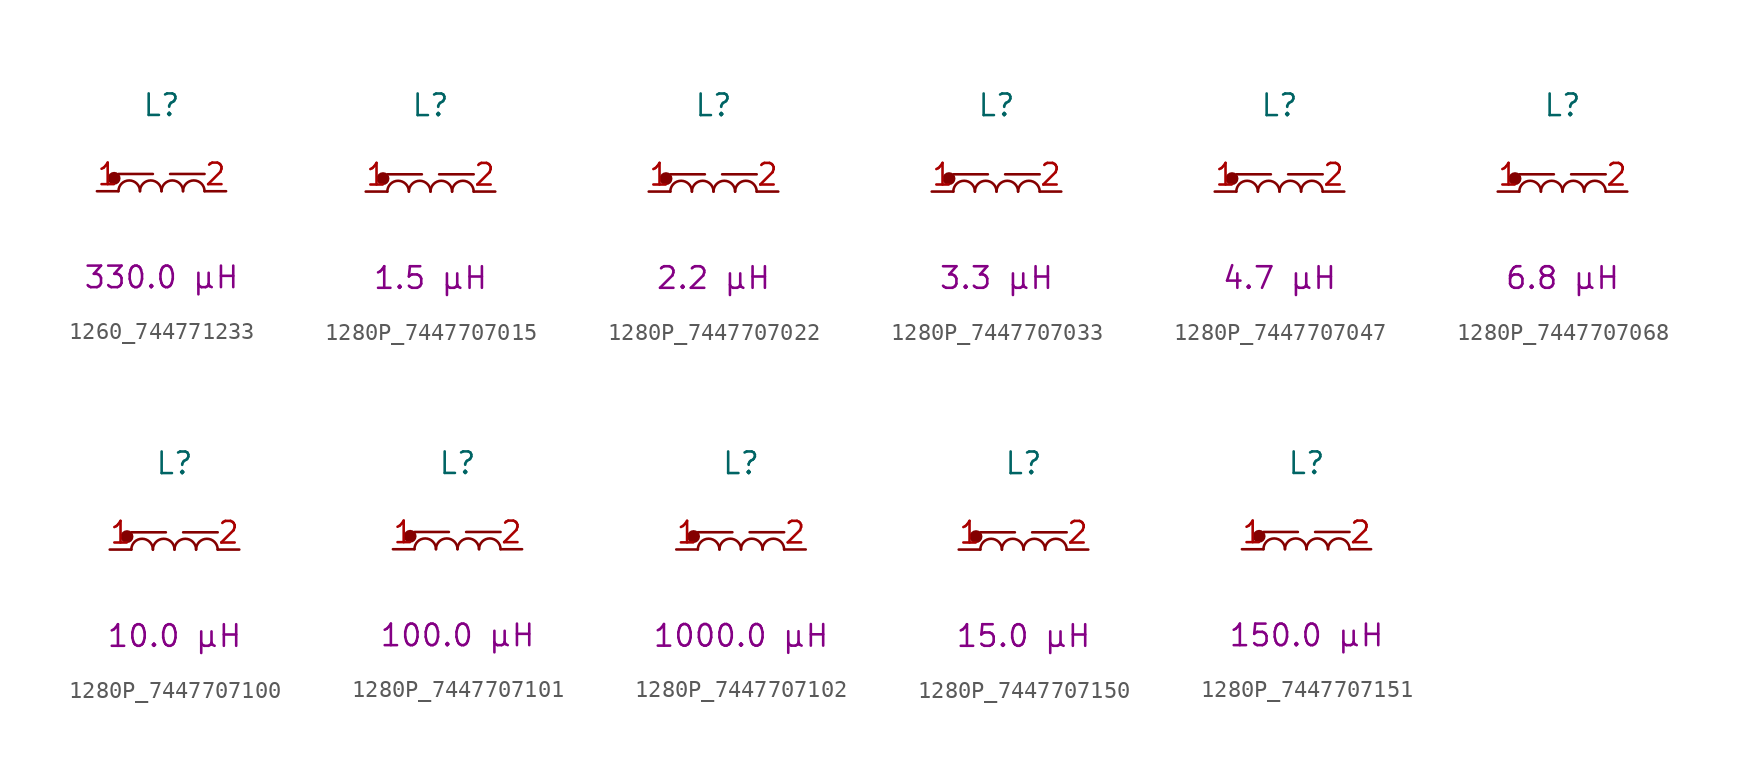
<source format=kicad_sym>
(kicad_symbol_lib
  (version 20220914)
  (generator kicad_symbol_editor)
  (symbol "1260_744771233"
    (pin_names hide)
    (property "Reference" "L"
      (at 0 5.08 0)
      (effects (font (size 1.27 1.27))))
    (property "Critical Parameter" "330.0 µH"
      (at 0 -5.08 0)
      (effects (font (size 1.27 1.27))))
    (symbol "1260_744771233_0_1"
      (arc (start -1.27 0) (mid -1.905 0.6323) (end -2.54 0) (stroke (width 0) (type default)) (fill (type none)))
      (arc (start 0 0) (mid -0.635 0.6323) (end -1.27 0) (stroke (width 0) (type default)) (fill (type none)))
      (polyline (pts (xy -2.54 1.016) (xy -0.508 1.016)) (stroke (width 0) (type default)) (fill (type none)))
      (arc (start 1.27 0) (mid 0.635 0.6323) (end 0 0) (stroke (width 0) (type default)) (fill (type none)))
      (arc (start 2.54 0) (mid 1.905 0.6323) (end 1.27 0) (stroke (width 0) (type default)) (fill (type none))))
    (symbol "1260_744771233_1_1"
      (circle (center -2.794 0.762) (radius 0.0001) (stroke (width 0.381) (type default)) (fill (type none)))
      (polyline (pts (xy 2.54 1.016) (xy 0.508 1.016)) (stroke (width 0) (type default)) (fill (type none)))
      (pin passive line (at -3.81 0 0) (length 1.27) (name "1" (effects (font (size 1.27 1.27)))) (number "1" (effects (font (size 1.27 1.27)))))
      (pin passive line (at 3.81 0 180) (length 1.27) (name "2" (effects (font (size 1.27 1.27)))) (number "2" (effects (font (size 1.27 1.27)))))))
  (symbol "1280P_7447707015"
    (pin_names hide)
    (property "Reference" "L"
      (at 0 5.08 0)
      (effects (font (size 1.27 1.27))))
    (property "Critical Parameter" "1.5 µH"
      (at 0 -5.08 0)
      (effects (font (size 1.27 1.27))))
    (symbol "1280P_7447707015_0_1"
      (arc (start -1.27 0) (mid -1.905 0.6323) (end -2.54 0) (stroke (width 0) (type default)) (fill (type none)))
      (arc (start 0 0) (mid -0.635 0.6323) (end -1.27 0) (stroke (width 0) (type default)) (fill (type none)))
      (polyline (pts (xy -2.54 1.016) (xy -0.508 1.016)) (stroke (width 0) (type default)) (fill (type none)))
      (arc (start 1.27 0) (mid 0.635 0.6323) (end 0 0) (stroke (width 0) (type default)) (fill (type none)))
      (arc (start 2.54 0) (mid 1.905 0.6323) (end 1.27 0) (stroke (width 0) (type default)) (fill (type none))))
    (symbol "1280P_7447707015_1_1"
      (circle (center -2.794 0.762) (radius 0.0001) (stroke (width 0.381) (type default)) (fill (type none)))
      (polyline (pts (xy 2.54 1.016) (xy 0.508 1.016)) (stroke (width 0) (type default)) (fill (type none)))
      (pin passive line (at -3.81 0 0) (length 1.27) (name "1" (effects (font (size 1.27 1.27)))) (number "1" (effects (font (size 1.27 1.27)))))
      (pin passive line (at 3.81 0 180) (length 1.27) (name "2" (effects (font (size 1.27 1.27)))) (number "2" (effects (font (size 1.27 1.27)))))))
  (symbol "1280P_7447707022"
    (pin_names hide)
    (property "Reference" "L"
      (at 0 5.08 0)
      (effects (font (size 1.27 1.27))))
    (property "Critical Parameter" "2.2 µH"
      (at 0 -5.08 0)
      (effects (font (size 1.27 1.27))))
    (symbol "1280P_7447707022_0_1"
      (arc (start -1.27 0) (mid -1.905 0.6323) (end -2.54 0) (stroke (width 0) (type default)) (fill (type none)))
      (arc (start 0 0) (mid -0.635 0.6323) (end -1.27 0) (stroke (width 0) (type default)) (fill (type none)))
      (polyline (pts (xy -2.54 1.016) (xy -0.508 1.016)) (stroke (width 0) (type default)) (fill (type none)))
      (arc (start 1.27 0) (mid 0.635 0.6323) (end 0 0) (stroke (width 0) (type default)) (fill (type none)))
      (arc (start 2.54 0) (mid 1.905 0.6323) (end 1.27 0) (stroke (width 0) (type default)) (fill (type none))))
    (symbol "1280P_7447707022_1_1"
      (circle (center -2.794 0.762) (radius 0.0001) (stroke (width 0.381) (type default)) (fill (type none)))
      (polyline (pts (xy 2.54 1.016) (xy 0.508 1.016)) (stroke (width 0) (type default)) (fill (type none)))
      (pin passive line (at -3.81 0 0) (length 1.27) (name "1" (effects (font (size 1.27 1.27)))) (number "1" (effects (font (size 1.27 1.27)))))
      (pin passive line (at 3.81 0 180) (length 1.27) (name "2" (effects (font (size 1.27 1.27)))) (number "2" (effects (font (size 1.27 1.27)))))))
  (symbol "1280P_7447707033"
    (pin_names hide)
    (property "Reference" "L"
      (at 0 5.08 0)
      (effects (font (size 1.27 1.27))))
    (property "Critical Parameter" "3.3 µH"
      (at 0 -5.08 0)
      (effects (font (size 1.27 1.27))))
    (symbol "1280P_7447707033_0_1"
      (arc (start -1.27 0) (mid -1.905 0.6323) (end -2.54 0) (stroke (width 0) (type default)) (fill (type none)))
      (arc (start 0 0) (mid -0.635 0.6323) (end -1.27 0) (stroke (width 0) (type default)) (fill (type none)))
      (polyline (pts (xy -2.54 1.016) (xy -0.508 1.016)) (stroke (width 0) (type default)) (fill (type none)))
      (arc (start 1.27 0) (mid 0.635 0.6323) (end 0 0) (stroke (width 0) (type default)) (fill (type none)))
      (arc (start 2.54 0) (mid 1.905 0.6323) (end 1.27 0) (stroke (width 0) (type default)) (fill (type none))))
    (symbol "1280P_7447707033_1_1"
      (circle (center -2.794 0.762) (radius 0.0001) (stroke (width 0.381) (type default)) (fill (type none)))
      (polyline (pts (xy 2.54 1.016) (xy 0.508 1.016)) (stroke (width 0) (type default)) (fill (type none)))
      (pin passive line (at -3.81 0 0) (length 1.27) (name "1" (effects (font (size 1.27 1.27)))) (number "1" (effects (font (size 1.27 1.27)))))
      (pin passive line (at 3.81 0 180) (length 1.27) (name "2" (effects (font (size 1.27 1.27)))) (number "2" (effects (font (size 1.27 1.27)))))))
  (symbol "1280P_7447707047"
    (pin_names hide)
    (property "Reference" "L"
      (at 0 5.08 0)
      (effects (font (size 1.27 1.27))))
    (property "Critical Parameter" "4.7 µH"
      (at 0 -5.08 0)
      (effects (font (size 1.27 1.27))))
    (symbol "1280P_7447707047_0_1"
      (arc (start -1.27 0) (mid -1.905 0.6323) (end -2.54 0) (stroke (width 0) (type default)) (fill (type none)))
      (arc (start 0 0) (mid -0.635 0.6323) (end -1.27 0) (stroke (width 0) (type default)) (fill (type none)))
      (polyline (pts (xy -2.54 1.016) (xy -0.508 1.016)) (stroke (width 0) (type default)) (fill (type none)))
      (arc (start 1.27 0) (mid 0.635 0.6323) (end 0 0) (stroke (width 0) (type default)) (fill (type none)))
      (arc (start 2.54 0) (mid 1.905 0.6323) (end 1.27 0) (stroke (width 0) (type default)) (fill (type none))))
    (symbol "1280P_7447707047_1_1"
      (circle (center -2.794 0.762) (radius 0.0001) (stroke (width 0.381) (type default)) (fill (type none)))
      (polyline (pts (xy 2.54 1.016) (xy 0.508 1.016)) (stroke (width 0) (type default)) (fill (type none)))
      (pin passive line (at -3.81 0 0) (length 1.27) (name "1" (effects (font (size 1.27 1.27)))) (number "1" (effects (font (size 1.27 1.27)))))
      (pin passive line (at 3.81 0 180) (length 1.27) (name "2" (effects (font (size 1.27 1.27)))) (number "2" (effects (font (size 1.27 1.27)))))))
  (symbol "1280P_7447707068"
    (pin_names hide)
    (property "Reference" "L"
      (at 0 5.08 0)
      (effects (font (size 1.27 1.27))))
    (property "Critical Parameter" "6.8 µH"
      (at 0 -5.08 0)
      (effects (font (size 1.27 1.27))))
    (symbol "1280P_7447707068_0_1"
      (arc (start -1.27 0) (mid -1.905 0.6323) (end -2.54 0) (stroke (width 0) (type default)) (fill (type none)))
      (arc (start 0 0) (mid -0.635 0.6323) (end -1.27 0) (stroke (width 0) (type default)) (fill (type none)))
      (polyline (pts (xy -2.54 1.016) (xy -0.508 1.016)) (stroke (width 0) (type default)) (fill (type none)))
      (arc (start 1.27 0) (mid 0.635 0.6323) (end 0 0) (stroke (width 0) (type default)) (fill (type none)))
      (arc (start 2.54 0) (mid 1.905 0.6323) (end 1.27 0) (stroke (width 0) (type default)) (fill (type none))))
    (symbol "1280P_7447707068_1_1"
      (circle (center -2.794 0.762) (radius 0.0001) (stroke (width 0.381) (type default)) (fill (type none)))
      (polyline (pts (xy 2.54 1.016) (xy 0.508 1.016)) (stroke (width 0) (type default)) (fill (type none)))
      (pin passive line (at -3.81 0 0) (length 1.27) (name "1" (effects (font (size 1.27 1.27)))) (number "1" (effects (font (size 1.27 1.27)))))
      (pin passive line (at 3.81 0 180) (length 1.27) (name "2" (effects (font (size 1.27 1.27)))) (number "2" (effects (font (size 1.27 1.27)))))))
  (symbol "1280P_7447707100"
    (pin_names hide)
    (property "Reference" "L"
      (at 0 5.08 0)
      (effects (font (size 1.27 1.27))))
    (property "Critical Parameter" "10.0 µH"
      (at 0 -5.08 0)
      (effects (font (size 1.27 1.27))))
    (symbol "1280P_7447707100_0_1"
      (arc (start -1.27 0) (mid -1.905 0.6323) (end -2.54 0) (stroke (width 0) (type default)) (fill (type none)))
      (arc (start 0 0) (mid -0.635 0.6323) (end -1.27 0) (stroke (width 0) (type default)) (fill (type none)))
      (polyline (pts (xy -2.54 1.016) (xy -0.508 1.016)) (stroke (width 0) (type default)) (fill (type none)))
      (arc (start 1.27 0) (mid 0.635 0.6323) (end 0 0) (stroke (width 0) (type default)) (fill (type none)))
      (arc (start 2.54 0) (mid 1.905 0.6323) (end 1.27 0) (stroke (width 0) (type default)) (fill (type none))))
    (symbol "1280P_7447707100_1_1"
      (circle (center -2.794 0.762) (radius 0.0001) (stroke (width 0.381) (type default)) (fill (type none)))
      (polyline (pts (xy 2.54 1.016) (xy 0.508 1.016)) (stroke (width 0) (type default)) (fill (type none)))
      (pin passive line (at -3.81 0 0) (length 1.27) (name "1" (effects (font (size 1.27 1.27)))) (number "1" (effects (font (size 1.27 1.27)))))
      (pin passive line (at 3.81 0 180) (length 1.27) (name "2" (effects (font (size 1.27 1.27)))) (number "2" (effects (font (size 1.27 1.27)))))))
  (symbol "1280P_7447707101"
    (pin_names hide)
    (property "Reference" "L"
      (at 0 5.08 0)
      (effects (font (size 1.27 1.27))))
    (property "Critical Parameter" "100.0 µH"
      (at 0 -5.08 0)
      (effects (font (size 1.27 1.27))))
    (symbol "1280P_7447707101_0_1"
      (arc (start -1.27 0) (mid -1.905 0.6323) (end -2.54 0) (stroke (width 0) (type default)) (fill (type none)))
      (arc (start 0 0) (mid -0.635 0.6323) (end -1.27 0) (stroke (width 0) (type default)) (fill (type none)))
      (polyline (pts (xy -2.54 1.016) (xy -0.508 1.016)) (stroke (width 0) (type default)) (fill (type none)))
      (arc (start 1.27 0) (mid 0.635 0.6323) (end 0 0) (stroke (width 0) (type default)) (fill (type none)))
      (arc (start 2.54 0) (mid 1.905 0.6323) (end 1.27 0) (stroke (width 0) (type default)) (fill (type none))))
    (symbol "1280P_7447707101_1_1"
      (circle (center -2.794 0.762) (radius 0.0001) (stroke (width 0.381) (type default)) (fill (type none)))
      (polyline (pts (xy 2.54 1.016) (xy 0.508 1.016)) (stroke (width 0) (type default)) (fill (type none)))
      (pin passive line (at -3.81 0 0) (length 1.27) (name "1" (effects (font (size 1.27 1.27)))) (number "1" (effects (font (size 1.27 1.27)))))
      (pin passive line (at 3.81 0 180) (length 1.27) (name "2" (effects (font (size 1.27 1.27)))) (number "2" (effects (font (size 1.27 1.27)))))))
  (symbol "1280P_7447707102"
    (pin_names hide)
    (property "Reference" "L"
      (at 0 5.08 0)
      (effects (font (size 1.27 1.27))))
    (property "Critical Parameter" "1000.0 µH"
      (at 0 -5.08 0)
      (effects (font (size 1.27 1.27))))
    (symbol "1280P_7447707102_0_1"
      (arc (start -1.27 0) (mid -1.905 0.6323) (end -2.54 0) (stroke (width 0) (type default)) (fill (type none)))
      (arc (start 0 0) (mid -0.635 0.6323) (end -1.27 0) (stroke (width 0) (type default)) (fill (type none)))
      (polyline (pts (xy -2.54 1.016) (xy -0.508 1.016)) (stroke (width 0) (type default)) (fill (type none)))
      (arc (start 1.27 0) (mid 0.635 0.6323) (end 0 0) (stroke (width 0) (type default)) (fill (type none)))
      (arc (start 2.54 0) (mid 1.905 0.6323) (end 1.27 0) (stroke (width 0) (type default)) (fill (type none))))
    (symbol "1280P_7447707102_1_1"
      (circle (center -2.794 0.762) (radius 0.0001) (stroke (width 0.381) (type default)) (fill (type none)))
      (polyline (pts (xy 2.54 1.016) (xy 0.508 1.016)) (stroke (width 0) (type default)) (fill (type none)))
      (pin passive line (at -3.81 0 0) (length 1.27) (name "1" (effects (font (size 1.27 1.27)))) (number "1" (effects (font (size 1.27 1.27)))))
      (pin passive line (at 3.81 0 180) (length 1.27) (name "2" (effects (font (size 1.27 1.27)))) (number "2" (effects (font (size 1.27 1.27)))))))
  (symbol "1280P_7447707150"
    (pin_names hide)
    (property "Reference" "L"
      (at 0 5.08 0)
      (effects (font (size 1.27 1.27))))
    (property "Critical Parameter" "15.0 µH"
      (at 0 -5.08 0)
      (effects (font (size 1.27 1.27))))
    (symbol "1280P_7447707150_0_1"
      (arc (start -1.27 0) (mid -1.905 0.6323) (end -2.54 0) (stroke (width 0) (type default)) (fill (type none)))
      (arc (start 0 0) (mid -0.635 0.6323) (end -1.27 0) (stroke (width 0) (type default)) (fill (type none)))
      (polyline (pts (xy -2.54 1.016) (xy -0.508 1.016)) (stroke (width 0) (type default)) (fill (type none)))
      (arc (start 1.27 0) (mid 0.635 0.6323) (end 0 0) (stroke (width 0) (type default)) (fill (type none)))
      (arc (start 2.54 0) (mid 1.905 0.6323) (end 1.27 0) (stroke (width 0) (type default)) (fill (type none))))
    (symbol "1280P_7447707150_1_1"
      (circle (center -2.794 0.762) (radius 0.0001) (stroke (width 0.381) (type default)) (fill (type none)))
      (polyline (pts (xy 2.54 1.016) (xy 0.508 1.016)) (stroke (width 0) (type default)) (fill (type none)))
      (pin passive line (at -3.81 0 0) (length 1.27) (name "1" (effects (font (size 1.27 1.27)))) (number "1" (effects (font (size 1.27 1.27)))))
      (pin passive line (at 3.81 0 180) (length 1.27) (name "2" (effects (font (size 1.27 1.27)))) (number "2" (effects (font (size 1.27 1.27)))))))
  (symbol "1280P_7447707151"
    (pin_names hide)
    (property "Reference" "L"
      (at 0 5.08 0)
      (effects (font (size 1.27 1.27))))
    (property "Critical Parameter" "150.0 µH"
      (at 0 -5.08 0)
      (effects (font (size 1.27 1.27))))
    (symbol "1280P_7447707151_0_1"
      (arc (start -1.27 0) (mid -1.905 0.6323) (end -2.54 0) (stroke (width 0) (type default)) (fill (type none)))
      (arc (start 0 0) (mid -0.635 0.6323) (end -1.27 0) (stroke (width 0) (type default)) (fill (type none)))
      (polyline (pts (xy -2.54 1.016) (xy -0.508 1.016)) (stroke (width 0) (type default)) (fill (type none)))
      (arc (start 1.27 0) (mid 0.635 0.6323) (end 0 0) (stroke (width 0) (type default)) (fill (type none)))
      (arc (start 2.54 0) (mid 1.905 0.6323) (end 1.27 0) (stroke (width 0) (type default)) (fill (type none))))
    (symbol "1280P_7447707151_1_1"
      (circle (center -2.794 0.762) (radius 0.0001) (stroke (width 0.381) (type default)) (fill (type none)))
      (polyline (pts (xy 2.54 1.016) (xy 0.508 1.016)) (stroke (width 0) (type default)) (fill (type none)))
      (pin passive line (at -3.81 0 0) (length 1.27) (name "1" (effects (font (size 1.27 1.27)))) (number "1" (effects (font (size 1.27 1.27)))))
      (pin passive line (at 3.81 0 180) (length 1.27) (name "2" (effects (font (size 1.27 1.27)))) (number "2" (effects (font (size 1.27 1.27))))))))
</source>
